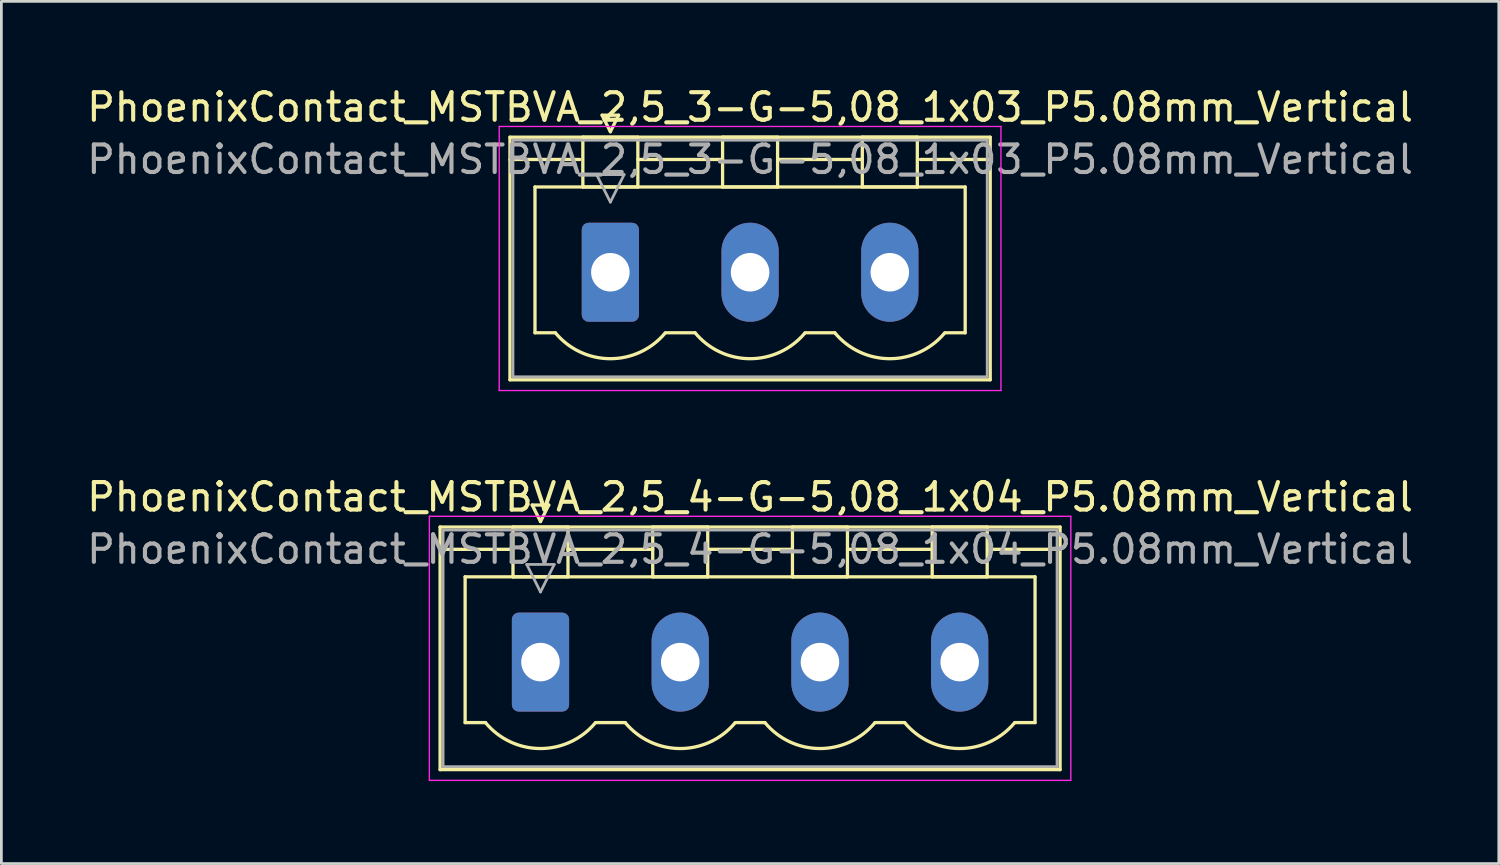
<source format=kicad_pcb>
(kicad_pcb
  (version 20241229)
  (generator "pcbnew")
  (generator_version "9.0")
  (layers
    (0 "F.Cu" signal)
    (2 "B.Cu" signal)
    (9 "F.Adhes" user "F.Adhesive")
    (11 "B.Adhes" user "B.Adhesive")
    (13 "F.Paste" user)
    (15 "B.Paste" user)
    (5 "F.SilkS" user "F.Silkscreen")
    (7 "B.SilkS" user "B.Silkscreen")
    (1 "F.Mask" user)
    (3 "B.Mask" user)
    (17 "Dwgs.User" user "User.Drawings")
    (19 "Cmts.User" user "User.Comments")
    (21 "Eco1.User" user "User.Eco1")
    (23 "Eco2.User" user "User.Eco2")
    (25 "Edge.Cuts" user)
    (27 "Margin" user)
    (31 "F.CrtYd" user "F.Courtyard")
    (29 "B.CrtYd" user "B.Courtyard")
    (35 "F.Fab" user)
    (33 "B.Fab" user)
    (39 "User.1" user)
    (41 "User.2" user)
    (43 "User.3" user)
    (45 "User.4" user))
  (footprint "PhoenixContact_MSTBVA_2,5_4-G-5,08_1x04_P5.08mm_Vertical"
    (layer "F.Cu")
    (at 16.6 21.021)
    (property "Reference" "PhoenixContact_MSTBVA_2,5_4-G-5,08_1x04_P5.08mm_Vertical" (at 7.62 -6 0) (layer "F.SilkS") (effects (font (size 1 1) (thickness 0.15))))
    (attr through_hole)
    (fp_line (start -3.65 -4.91) (end -3.65 3.91) (stroke (width 0.12) (type solid)) (layer "F.SilkS"))
    (fp_line (start -3.65 -4.1) (end -1.11 -4.1) (stroke (width 0.12) (type solid)) (layer "F.SilkS"))
    (fp_line (start -3.65 3.91) (end 18.89 3.91) (stroke (width 0.12) (type solid)) (layer "F.SilkS"))
    (fp_line (start -2.74 -3.1) (end 17.98 -3.1) (stroke (width 0.12) (type solid)) (layer "F.SilkS"))
    (fp_line (start -2.74 2.2) (end -2.74 -3.1) (stroke (width 0.12) (type solid)) (layer "F.SilkS"))
    (fp_line (start -2 2.2) (end -2.74 2.2) (stroke (width 0.12) (type solid)) (layer "F.SilkS"))
    (fp_line (start -1 -4.91) (end 1 -4.91) (stroke (width 0.12) (type solid)) (layer "F.SilkS"))
    (fp_line (start -1 -3.1) (end -1 -4.91) (stroke (width 0.12) (type solid)) (layer "F.SilkS"))
    (fp_line (start -0.3 -5.71) (end 0.3 -5.71) (stroke (width 0.12) (type solid)) (layer "F.SilkS"))
    (fp_line (start 0 -5.11) (end -0.3 -5.71) (stroke (width 0.12) (type solid)) (layer "F.SilkS"))
    (fp_line (start 0.3 -5.71) (end 0 -5.11) (stroke (width 0.12) (type solid)) (layer "F.SilkS"))
    (fp_line (start 1 -4.91) (end 1 -3.1) (stroke (width 0.12) (type solid)) (layer "F.SilkS"))
    (fp_line (start 1 -4.1) (end 4.08 -4.1) (stroke (width 0.12) (type solid)) (layer "F.SilkS"))
    (fp_line (start 1 -3.1) (end -1 -3.1) (stroke (width 0.12) (type solid)) (layer "F.SilkS"))
    (fp_line (start 2 2.2) (end 3.08 2.2) (stroke (width 0.12) (type solid)) (layer "F.SilkS"))
    (fp_line (start 4.08 -4.91) (end 6.08 -4.91) (stroke (width 0.12) (type solid)) (layer "F.SilkS"))
    (fp_line (start 4.08 -3.1) (end 4.08 -4.91) (stroke (width 0.12) (type solid)) (layer "F.SilkS"))
    (fp_line (start 6.08 -4.91) (end 6.08 -3.1) (stroke (width 0.12) (type solid)) (layer "F.SilkS"))
    (fp_line (start 6.08 -4.1) (end 9.16 -4.1) (stroke (width 0.12) (type solid)) (layer "F.SilkS"))
    (fp_line (start 6.08 -3.1) (end 4.08 -3.1) (stroke (width 0.12) (type solid)) (layer "F.SilkS"))
    (fp_line (start 7.08 2.2) (end 8.16 2.2) (stroke (width 0.12) (type solid)) (layer "F.SilkS"))
    (fp_line (start 9.16 -4.91) (end 11.16 -4.91) (stroke (width 0.12) (type solid)) (layer "F.SilkS"))
    (fp_line (start 9.16 -3.1) (end 9.16 -4.91) (stroke (width 0.12) (type solid)) (layer "F.SilkS"))
    (fp_line (start 11.16 -4.91) (end 11.16 -3.1) (stroke (width 0.12) (type solid)) (layer "F.SilkS"))
    (fp_line (start 11.16 -4.1) (end 14.24 -4.1) (stroke (width 0.12) (type solid)) (layer "F.SilkS"))
    (fp_line (start 11.16 -3.1) (end 9.16 -3.1) (stroke (width 0.12) (type solid)) (layer "F.SilkS"))
    (fp_line (start 12.16 2.2) (end 13.24 2.2) (stroke (width 0.12) (type solid)) (layer "F.SilkS"))
    (fp_line (start 14.24 -4.91) (end 16.24 -4.91) (stroke (width 0.12) (type solid)) (layer "F.SilkS"))
    (fp_line (start 14.24 -3.1) (end 14.24 -4.91) (stroke (width 0.12) (type solid)) (layer "F.SilkS"))
    (fp_line (start 16.24 -4.91) (end 16.24 -3.1) (stroke (width 0.12) (type solid)) (layer "F.SilkS"))
    (fp_line (start 16.24 -3.1) (end 14.24 -3.1) (stroke (width 0.12) (type solid)) (layer "F.SilkS"))
    (fp_line (start 17.98 -3.1) (end 17.98 2.2) (stroke (width 0.12) (type solid)) (layer "F.SilkS"))
    (fp_line (start 17.98 2.2) (end 17.24 2.2) (stroke (width 0.12) (type solid)) (layer "F.SilkS"))
    (fp_line (start 18.89 -4.91) (end -3.65 -4.91) (stroke (width 0.12) (type solid)) (layer "F.SilkS"))
    (fp_line (start 18.89 -4.1) (end 16.35 -4.1) (stroke (width 0.12) (type solid)) (layer "F.SilkS"))
    (fp_line (start 18.89 3.91) (end 18.89 -4.91) (stroke (width 0.12) (type solid)) (layer "F.SilkS"))
    (fp_arc (start 1.986842 2.215821) (mid -0.010289 3.142758) (end -2 2.2) (stroke (width 0.12) (type solid)) (layer "F.SilkS"))
    (fp_arc (start 7.066842 2.215821) (mid 5.069711 3.142758) (end 3.08 2.2) (stroke (width 0.12) (type solid)) (layer "F.SilkS"))
    (fp_arc (start 12.146842 2.215821) (mid 10.149711 3.142758) (end 8.16 2.2) (stroke (width 0.12) (type solid)) (layer "F.SilkS"))
    (fp_arc (start 17.226842 2.215821) (mid 15.229711 3.142758) (end 13.24 2.2) (stroke (width 0.12) (type solid)) (layer "F.SilkS"))
    (fp_line (start -4.04 -5.3) (end -4.04 4.3) (stroke (width 0.05) (type solid)) (layer "F.CrtYd"))
    (fp_line (start -4.04 4.3) (end 19.28 4.3) (stroke (width 0.05) (type solid)) (layer "F.CrtYd"))
    (fp_line (start 19.28 -5.3) (end -4.04 -5.3) (stroke (width 0.05) (type solid)) (layer "F.CrtYd"))
    (fp_line (start 19.28 4.3) (end 19.28 -5.3) (stroke (width 0.05) (type solid)) (layer "F.CrtYd"))
    (fp_line (start -3.54 -4.8) (end -3.54 3.8) (stroke (width 0.1) (type solid)) (layer "F.Fab"))
    (fp_line (start -3.54 3.8) (end 18.78 3.8) (stroke (width 0.1) (type solid)) (layer "F.Fab"))
    (fp_line (start -0.5 -3.55) (end 0.5 -3.55) (stroke (width 0.1) (type solid)) (layer "F.Fab"))
    (fp_line (start 0 -2.55) (end -0.5 -3.55) (stroke (width 0.1) (type solid)) (layer "F.Fab"))
    (fp_line (start 0.5 -3.55) (end 0 -2.55) (stroke (width 0.1) (type solid)) (layer "F.Fab"))
    (fp_line (start 18.78 -4.8) (end -3.54 -4.8) (stroke (width 0.1) (type solid)) (layer "F.Fab"))
    (fp_line (start 18.78 3.8) (end 18.78 -4.8) (stroke (width 0.1) (type solid)) (layer "F.Fab"))
    (fp_text user "${REFERENCE}" (at 7.62 -4.1 0) (layer "F.Fab") (effects (font (size 1 1) (thickness 0.15))))
    (pad "1" thru_hole roundrect (at 0 0) (size 2.08 3.6) (drill 1.4) (layers "*.Cu" "*.Mask") (roundrect_rratio 0.12))
    (pad "2" thru_hole oval (at 5.08 0) (size 2.08 3.6) (drill 1.4) (layers "*.Cu" "*.Mask"))
    (pad "3" thru_hole oval (at 10.16 0) (size 2.08 3.6) (drill 1.4) (layers "*.Cu" "*.Mask"))
    (pad "4" thru_hole oval (at 15.24 0) (size 2.08 3.6) (drill 1.4) (layers "*.Cu" "*.Mask")))
  (footprint "PhoenixContact_MSTBVA_2,5_3-G-5,08_1x03_P5.08mm_Vertical"
    (layer "F.Cu")
    (at 19.14 6.848)
    (property "Reference" "PhoenixContact_MSTBVA_2,5_3-G-5,08_1x03_P5.08mm_Vertical" (at 5.08 -6 0) (layer "F.SilkS") (effects (font (size 1 1) (thickness 0.15))))
    (attr through_hole)
    (fp_line (start -3.65 -4.91) (end -3.65 3.91) (stroke (width 0.12) (type solid)) (layer "F.SilkS"))
    (fp_line (start -3.65 -4.1) (end -1.11 -4.1) (stroke (width 0.12) (type solid)) (layer "F.SilkS"))
    (fp_line (start -3.65 3.91) (end 13.81 3.91) (stroke (width 0.12) (type solid)) (layer "F.SilkS"))
    (fp_line (start -2.74 -3.1) (end 12.9 -3.1) (stroke (width 0.12) (type solid)) (layer "F.SilkS"))
    (fp_line (start -2.74 2.2) (end -2.74 -3.1) (stroke (width 0.12) (type solid)) (layer "F.SilkS"))
    (fp_line (start -2 2.2) (end -2.74 2.2) (stroke (width 0.12) (type solid)) (layer "F.SilkS"))
    (fp_line (start -1 -4.91) (end 1 -4.91) (stroke (width 0.12) (type solid)) (layer "F.SilkS"))
    (fp_line (start -1 -3.1) (end -1 -4.91) (stroke (width 0.12) (type solid)) (layer "F.SilkS"))
    (fp_line (start -0.3 -5.71) (end 0.3 -5.71) (stroke (width 0.12) (type solid)) (layer "F.SilkS"))
    (fp_line (start 0 -5.11) (end -0.3 -5.71) (stroke (width 0.12) (type solid)) (layer "F.SilkS"))
    (fp_line (start 0.3 -5.71) (end 0 -5.11) (stroke (width 0.12) (type solid)) (layer "F.SilkS"))
    (fp_line (start 1 -4.91) (end 1 -3.1) (stroke (width 0.12) (type solid)) (layer "F.SilkS"))
    (fp_line (start 1 -4.1) (end 4.08 -4.1) (stroke (width 0.12) (type solid)) (layer "F.SilkS"))
    (fp_line (start 1 -3.1) (end -1 -3.1) (stroke (width 0.12) (type solid)) (layer "F.SilkS"))
    (fp_line (start 2 2.2) (end 3.08 2.2) (stroke (width 0.12) (type solid)) (layer "F.SilkS"))
    (fp_line (start 4.08 -4.91) (end 6.08 -4.91) (stroke (width 0.12) (type solid)) (layer "F.SilkS"))
    (fp_line (start 4.08 -3.1) (end 4.08 -4.91) (stroke (width 0.12) (type solid)) (layer "F.SilkS"))
    (fp_line (start 6.08 -4.91) (end 6.08 -3.1) (stroke (width 0.12) (type solid)) (layer "F.SilkS"))
    (fp_line (start 6.08 -4.1) (end 9.16 -4.1) (stroke (width 0.12) (type solid)) (layer "F.SilkS"))
    (fp_line (start 6.08 -3.1) (end 4.08 -3.1) (stroke (width 0.12) (type solid)) (layer "F.SilkS"))
    (fp_line (start 7.08 2.2) (end 8.16 2.2) (stroke (width 0.12) (type solid)) (layer "F.SilkS"))
    (fp_line (start 9.16 -4.91) (end 11.16 -4.91) (stroke (width 0.12) (type solid)) (layer "F.SilkS"))
    (fp_line (start 9.16 -3.1) (end 9.16 -4.91) (stroke (width 0.12) (type solid)) (layer "F.SilkS"))
    (fp_line (start 11.16 -4.91) (end 11.16 -3.1) (stroke (width 0.12) (type solid)) (layer "F.SilkS"))
    (fp_line (start 11.16 -3.1) (end 9.16 -3.1) (stroke (width 0.12) (type solid)) (layer "F.SilkS"))
    (fp_line (start 12.9 -3.1) (end 12.9 2.2) (stroke (width 0.12) (type solid)) (layer "F.SilkS"))
    (fp_line (start 12.9 2.2) (end 12.16 2.2) (stroke (width 0.12) (type solid)) (layer "F.SilkS"))
    (fp_line (start 13.81 -4.91) (end -3.65 -4.91) (stroke (width 0.12) (type solid)) (layer "F.SilkS"))
    (fp_line (start 13.81 -4.1) (end 11.27 -4.1) (stroke (width 0.12) (type solid)) (layer "F.SilkS"))
    (fp_line (start 13.81 3.91) (end 13.81 -4.91) (stroke (width 0.12) (type solid)) (layer "F.SilkS"))
    (fp_arc (start 1.986842 2.215821) (mid -0.010289 3.142758) (end -2 2.2) (stroke (width 0.12) (type solid)) (layer "F.SilkS"))
    (fp_arc (start 7.066842 2.215821) (mid 5.069711 3.142758) (end 3.08 2.2) (stroke (width 0.12) (type solid)) (layer "F.SilkS"))
    (fp_arc (start 12.146842 2.215821) (mid 10.149711 3.142758) (end 8.16 2.2) (stroke (width 0.12) (type solid)) (layer "F.SilkS"))
    (fp_line (start -4.04 -5.3) (end -4.04 4.3) (stroke (width 0.05) (type solid)) (layer "F.CrtYd"))
    (fp_line (start -4.04 4.3) (end 14.2 4.3) (stroke (width 0.05) (type solid)) (layer "F.CrtYd"))
    (fp_line (start 14.2 -5.3) (end -4.04 -5.3) (stroke (width 0.05) (type solid)) (layer "F.CrtYd"))
    (fp_line (start 14.2 4.3) (end 14.2 -5.3) (stroke (width 0.05) (type solid)) (layer "F.CrtYd"))
    (fp_line (start -3.54 -4.8) (end -3.54 3.8) (stroke (width 0.1) (type solid)) (layer "F.Fab"))
    (fp_line (start -3.54 3.8) (end 13.7 3.8) (stroke (width 0.1) (type solid)) (layer "F.Fab"))
    (fp_line (start -0.5 -3.55) (end 0.5 -3.55) (stroke (width 0.1) (type solid)) (layer "F.Fab"))
    (fp_line (start 0 -2.55) (end -0.5 -3.55) (stroke (width 0.1) (type solid)) (layer "F.Fab"))
    (fp_line (start 0.5 -3.55) (end 0 -2.55) (stroke (width 0.1) (type solid)) (layer "F.Fab"))
    (fp_line (start 13.7 -4.8) (end -3.54 -4.8) (stroke (width 0.1) (type solid)) (layer "F.Fab"))
    (fp_line (start 13.7 3.8) (end 13.7 -4.8) (stroke (width 0.1) (type solid)) (layer "F.Fab"))
    (fp_text user "${REFERENCE}" (at 5.08 -4.1 0) (layer "F.Fab") (effects (font (size 1 1) (thickness 0.15))))
    (pad "1" thru_hole roundrect (at 0 0) (size 2.08 3.6) (drill 1.4) (layers "*.Cu" "*.Mask") (roundrect_rratio 0.12))
    (pad "2" thru_hole oval (at 5.08 0) (size 2.08 3.6) (drill 1.4) (layers "*.Cu" "*.Mask"))
    (pad "3" thru_hole oval (at 10.16 0) (size 2.08 3.6) (drill 1.4) (layers "*.Cu" "*.Mask")))
  (gr_rect
    (start -3 -3)
    (end 51.44 28.346)
    (stroke (width 0.1) (type default))
    (fill no)
    (layer "Edge.Cuts")))
</source>
